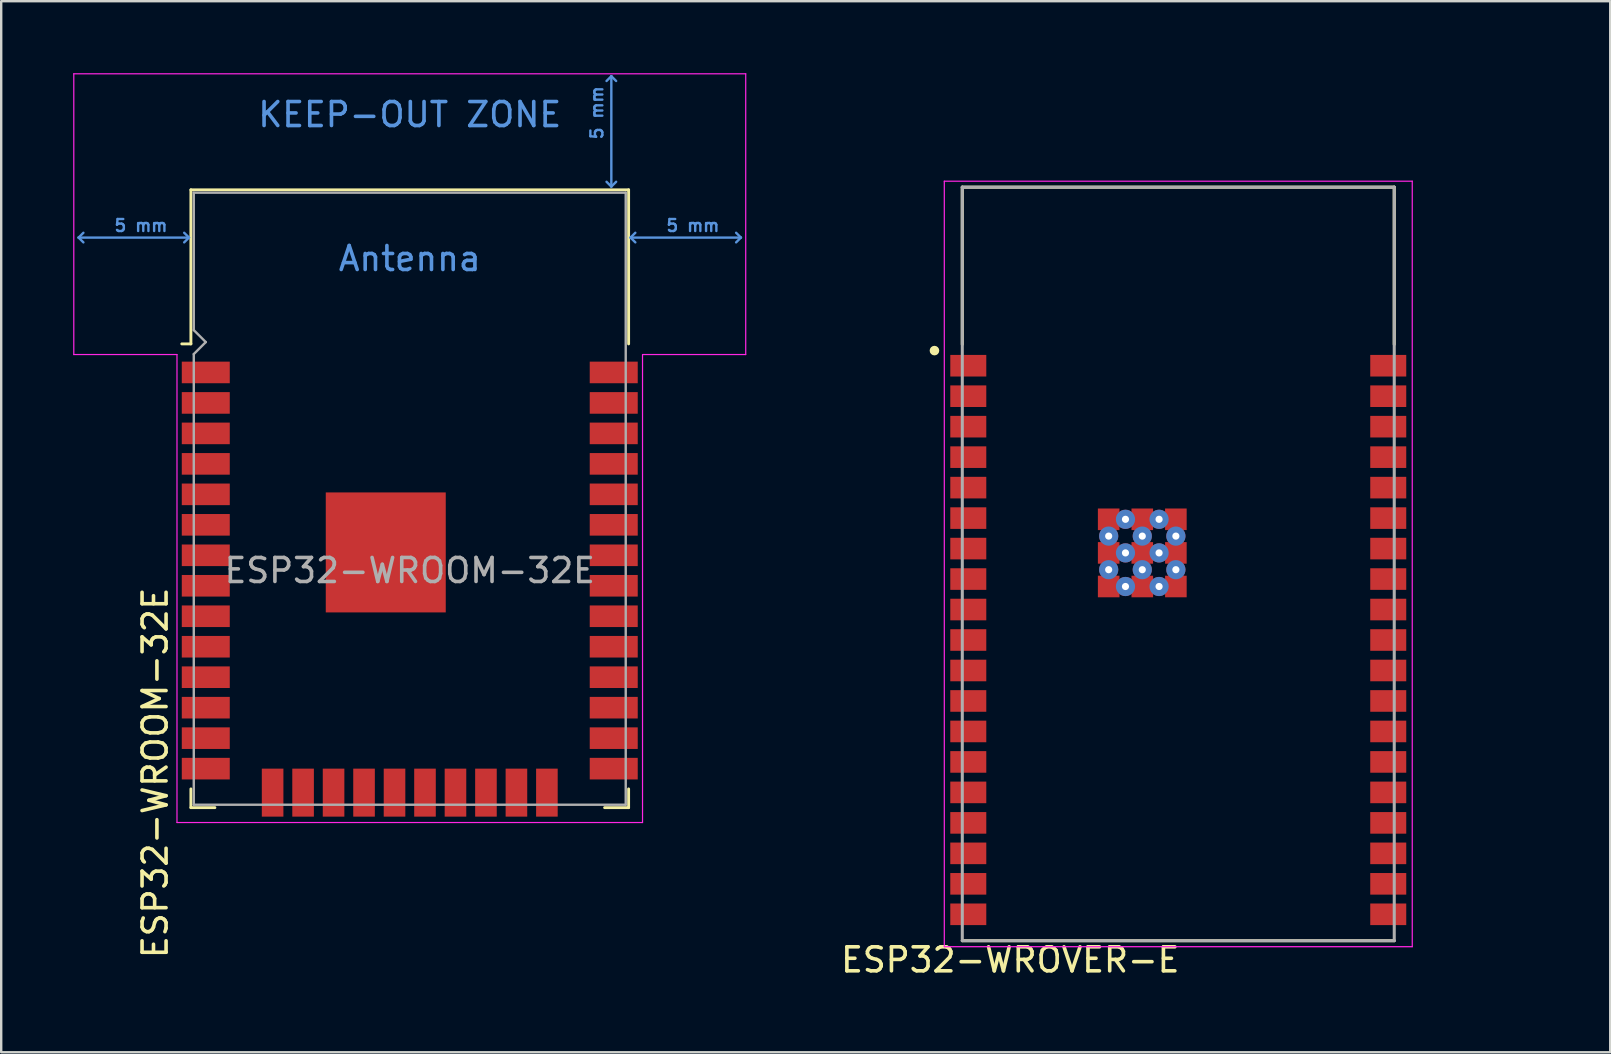
<source format=kicad_pcb>
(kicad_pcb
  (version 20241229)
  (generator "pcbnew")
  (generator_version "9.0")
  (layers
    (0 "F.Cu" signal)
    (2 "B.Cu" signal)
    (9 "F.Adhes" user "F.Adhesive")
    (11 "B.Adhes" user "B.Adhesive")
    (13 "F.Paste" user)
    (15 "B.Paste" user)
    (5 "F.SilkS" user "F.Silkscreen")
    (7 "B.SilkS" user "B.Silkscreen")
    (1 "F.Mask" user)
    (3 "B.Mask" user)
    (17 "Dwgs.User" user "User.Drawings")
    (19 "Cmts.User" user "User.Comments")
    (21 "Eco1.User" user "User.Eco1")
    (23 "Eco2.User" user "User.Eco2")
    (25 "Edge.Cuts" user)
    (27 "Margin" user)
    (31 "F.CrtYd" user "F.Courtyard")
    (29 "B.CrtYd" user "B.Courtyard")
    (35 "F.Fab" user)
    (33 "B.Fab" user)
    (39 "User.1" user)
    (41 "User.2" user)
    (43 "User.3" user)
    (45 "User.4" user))
  (footprint "ESP32-WROOM-32E"
    (layer "F.Cu")
    (at 14.025 20.725)
    (property "Reference" "ESP32-WROOM-32E" (at -10.61 8.43 90) (layer "F.SilkS") (effects (font (size 1 1) (thickness 0.15))))
    (attr smd)
    (fp_line (start -9.12 -15.865) (end -9.12 -9.445) (stroke (width 0.12) (type solid)) (layer "F.SilkS"))
    (fp_line (start -9.12 -15.865) (end 9.12 -15.865) (stroke (width 0.12) (type solid)) (layer "F.SilkS"))
    (fp_line (start -9.12 -9.445) (end -9.5 -9.445) (stroke (width 0.12) (type solid)) (layer "F.SilkS"))
    (fp_line (start -9.12 9.1) (end -9.12 9.88) (stroke (width 0.12) (type solid)) (layer "F.SilkS"))
    (fp_line (start -9.12 9.88) (end -8.12 9.88) (stroke (width 0.12) (type solid)) (layer "F.SilkS"))
    (fp_line (start 9.12 -15.865) (end 9.12 -9.445) (stroke (width 0.12) (type solid)) (layer "F.SilkS"))
    (fp_line (start 9.12 9.1) (end 9.12 9.88) (stroke (width 0.12) (type solid)) (layer "F.SilkS"))
    (fp_line (start 9.12 9.88) (end 8.12 9.88) (stroke (width 0.12) (type solid)) (layer "F.SilkS"))
    (fp_line (start -13.8 -13.875) (end -13.6 -14.075) (stroke (width 0.1) (type solid)) (layer "Cmts.User"))
    (fp_line (start -13.8 -13.875) (end -13.6 -13.675) (stroke (width 0.1) (type solid)) (layer "Cmts.User"))
    (fp_line (start -13.8 -13.875) (end -9.2 -13.875) (stroke (width 0.1) (type solid)) (layer "Cmts.User"))
    (fp_line (start -9.2 -13.875) (end -9.4 -14.075) (stroke (width 0.1) (type solid)) (layer "Cmts.User"))
    (fp_line (start -9.2 -13.875) (end -9.4 -13.675) (stroke (width 0.1) (type solid)) (layer "Cmts.User"))
    (fp_line (start 8.4 -20.6) (end 8.2 -20.4) (stroke (width 0.1) (type solid)) (layer "Cmts.User"))
    (fp_line (start 8.4 -20.6) (end 8.6 -20.4) (stroke (width 0.1) (type solid)) (layer "Cmts.User"))
    (fp_line (start 8.4 -16) (end 8.2 -16.2) (stroke (width 0.1) (type solid)) (layer "Cmts.User"))
    (fp_line (start 8.4 -16) (end 8.4 -20.6) (stroke (width 0.1) (type solid)) (layer "Cmts.User"))
    (fp_line (start 8.4 -16) (end 8.6 -16.2) (stroke (width 0.1) (type solid)) (layer "Cmts.User"))
    (fp_line (start 9.2 -13.875) (end 9.4 -14.075) (stroke (width 0.1) (type solid)) (layer "Cmts.User"))
    (fp_line (start 9.2 -13.875) (end 9.4 -13.675) (stroke (width 0.1) (type solid)) (layer "Cmts.User"))
    (fp_line (start 9.2 -13.875) (end 13.8 -13.875) (stroke (width 0.1) (type solid)) (layer "Cmts.User"))
    (fp_line (start 13.8 -13.875) (end 13.6 -14.075) (stroke (width 0.1) (type solid)) (layer "Cmts.User"))
    (fp_line (start 13.8 -13.875) (end 13.6 -13.675) (stroke (width 0.1) (type solid)) (layer "Cmts.User"))
    (fp_line (start -14 -20.7) (end -14 -9) (stroke (width 0.05) (type solid)) (layer "F.CrtYd"))
    (fp_line (start -14 -20.7) (end 14 -20.7) (stroke (width 0.05) (type solid)) (layer "F.CrtYd"))
    (fp_line (start -14 -9) (end -9.7 -9) (stroke (width 0.05) (type solid)) (layer "F.CrtYd"))
    (fp_line (start -9.7 10.5) (end -9.7 -9) (stroke (width 0.05) (type solid)) (layer "F.CrtYd"))
    (fp_line (start -9.7 10.5) (end 9.7 10.5) (stroke (width 0.05) (type solid)) (layer "F.CrtYd"))
    (fp_line (start 9.7 -9) (end 9.7 10.5) (stroke (width 0.05) (type solid)) (layer "F.CrtYd"))
    (fp_line (start 9.7 -9) (end 14 -9) (stroke (width 0.05) (type solid)) (layer "F.CrtYd"))
    (fp_line (start 14 -20.7) (end 14 -9) (stroke (width 0.05) (type solid)) (layer "F.CrtYd"))
    (fp_line (start -9 -15.745) (end -9 -10.02) (stroke (width 0.1) (type solid)) (layer "F.Fab"))
    (fp_line (start -9 -15.745) (end 9 -15.745) (stroke (width 0.1) (type solid)) (layer "F.Fab"))
    (fp_line (start -9 -9.02) (end -9 9.76) (stroke (width 0.1) (type solid)) (layer "F.Fab"))
    (fp_line (start -9 -9.02) (end -8.5 -9.52) (stroke (width 0.1) (type solid)) (layer "F.Fab"))
    (fp_line (start -9 9.76) (end 9 9.76) (stroke (width 0.1) (type solid)) (layer "F.Fab"))
    (fp_line (start -8.5 -9.52) (end -9 -10.02) (stroke (width 0.1) (type solid)) (layer "F.Fab"))
    (fp_line (start 9 9.76) (end 9 -15.745) (stroke (width 0.1) (type solid)) (layer "F.Fab"))
    (fp_text user "KEEP-OUT ZONE" (at 0 -19 0) (layer "Cmts.User") (effects (font (size 1 1) (thickness 0.15))))
    (fp_text user "5 mm" (at -11.2 -14.375 0) (layer "Cmts.User") (effects (font (size 0.5 0.5) (thickness 0.1))))
    (fp_text user "Antenna" (at 0 -13 0) (layer "Cmts.User") (effects (font (size 1 1) (thickness 0.15))))
    (fp_text user "5 mm" (at 11.8 -14.375 0) (layer "Cmts.User") (effects (font (size 0.5 0.5) (thickness 0.1))))
    (fp_text user "5 mm" (at 7.8 -19.075 90) (layer "Cmts.User") (effects (font (size 0.5 0.5) (thickness 0.1))))
    (fp_text user "${REFERENCE}" (at 0 0 0) (layer "F.Fab") (effects (font (size 1 1) (thickness 0.15))))
    (pad "1" smd rect (at -8.5 -8.255) (size 2 0.9) (layers "F.Cu" "F.Mask" "F.Paste"))
    (pad "2" smd rect (at -8.5 -6.985) (size 2 0.9) (layers "F.Cu" "F.Mask" "F.Paste"))
    (pad "3" smd rect (at -8.5 -5.715) (size 2 0.9) (layers "F.Cu" "F.Mask" "F.Paste"))
    (pad "4" smd rect (at -8.5 -4.445) (size 2 0.9) (layers "F.Cu" "F.Mask" "F.Paste"))
    (pad "5" smd rect (at -8.5 -3.175) (size 2 0.9) (layers "F.Cu" "F.Mask" "F.Paste"))
    (pad "6" smd rect (at -8.5 -1.905) (size 2 0.9) (layers "F.Cu" "F.Mask" "F.Paste"))
    (pad "7" smd rect (at -8.5 -0.635) (size 2 0.9) (layers "F.Cu" "F.Mask" "F.Paste"))
    (pad "8" smd rect (at -8.5 0.635) (size 2 0.9) (layers "F.Cu" "F.Mask" "F.Paste"))
    (pad "9" smd rect (at -8.5 1.905) (size 2 0.9) (layers "F.Cu" "F.Mask" "F.Paste"))
    (pad "10" smd rect (at -8.5 3.175) (size 2 0.9) (layers "F.Cu" "F.Mask" "F.Paste"))
    (pad "11" smd rect (at -8.5 4.445) (size 2 0.9) (layers "F.Cu" "F.Mask" "F.Paste"))
    (pad "12" smd rect (at -8.5 5.715) (size 2 0.9) (layers "F.Cu" "F.Mask" "F.Paste"))
    (pad "13" smd rect (at -8.5 6.985) (size 2 0.9) (layers "F.Cu" "F.Mask" "F.Paste"))
    (pad "14" smd rect (at -8.5 8.255) (size 2 0.9) (layers "F.Cu" "F.Mask" "F.Paste"))
    (pad "15" smd rect (at -5.715 9.255 90) (size 2 0.9) (layers "F.Cu" "F.Mask" "F.Paste"))
    (pad "16" smd rect (at -4.445 9.255 90) (size 2 0.9) (layers "F.Cu" "F.Mask" "F.Paste"))
    (pad "17" smd rect (at -3.175 9.255 90) (size 2 0.9) (layers "F.Cu" "F.Mask" "F.Paste"))
    (pad "18" smd rect (at -1.905 9.255 90) (size 2 0.9) (layers "F.Cu" "F.Mask" "F.Paste"))
    (pad "19" smd rect (at -0.635 9.255 90) (size 2 0.9) (layers "F.Cu" "F.Mask" "F.Paste"))
    (pad "20" smd rect (at 0.635 9.255 90) (size 2 0.9) (layers "F.Cu" "F.Mask" "F.Paste"))
    (pad "21" smd rect (at 1.905 9.255 90) (size 2 0.9) (layers "F.Cu" "F.Mask" "F.Paste"))
    (pad "22" smd rect (at 3.175 9.255 90) (size 2 0.9) (layers "F.Cu" "F.Mask" "F.Paste"))
    (pad "23" smd rect (at 4.445 9.255 90) (size 2 0.9) (layers "F.Cu" "F.Mask" "F.Paste"))
    (pad "24" smd rect (at 5.715 9.255 90) (size 2 0.9) (layers "F.Cu" "F.Mask" "F.Paste"))
    (pad "25" smd rect (at 8.5 8.255) (size 2 0.9) (layers "F.Cu" "F.Mask" "F.Paste"))
    (pad "26" smd rect (at 8.5 6.985) (size 2 0.9) (layers "F.Cu" "F.Mask" "F.Paste"))
    (pad "27" smd rect (at 8.5 5.715) (size 2 0.9) (layers "F.Cu" "F.Mask" "F.Paste"))
    (pad "28" smd rect (at 8.5 4.445) (size 2 0.9) (layers "F.Cu" "F.Mask" "F.Paste"))
    (pad "29" smd rect (at 8.5 3.175) (size 2 0.9) (layers "F.Cu" "F.Mask" "F.Paste"))
    (pad "30" smd rect (at 8.5 1.905) (size 2 0.9) (layers "F.Cu" "F.Mask" "F.Paste"))
    (pad "31" smd rect (at 8.5 0.635) (size 2 0.9) (layers "F.Cu" "F.Mask" "F.Paste"))
    (pad "32" smd rect (at 8.5 -0.635) (size 2 0.9) (layers "F.Cu" "F.Mask" "F.Paste"))
    (pad "33" smd rect (at 8.5 -1.905) (size 2 0.9) (layers "F.Cu" "F.Mask" "F.Paste"))
    (pad "34" smd rect (at 8.5 -3.175) (size 2 0.9) (layers "F.Cu" "F.Mask" "F.Paste"))
    (pad "35" smd rect (at 8.5 -4.445) (size 2 0.9) (layers "F.Cu" "F.Mask" "F.Paste"))
    (pad "36" smd rect (at 8.5 -5.715) (size 2 0.9) (layers "F.Cu" "F.Mask" "F.Paste"))
    (pad "37" smd rect (at 8.5 -6.985) (size 2 0.9) (layers "F.Cu" "F.Mask" "F.Paste"))
    (pad "38" smd rect (at 8.5 -8.255) (size 2 0.9) (layers "F.Cu" "F.Mask" "F.Paste"))
    (pad "39" smd rect (at -1 -0.755) (size 5 5) (layers "F.Cu" "F.Mask" "F.Paste"))
    (zone (net_name "") (layers "F.Cu" "B.Cu") (hatch full 0.508) (connect_pads) (min_thickness 0.254) (filled_areas_thickness no) (keepout (tracks not_allowed) (vias not_allowed) (pads not_allowed) (copperpour not_allowed) (footprints not_allowed)) (placement (enabled no)) (fill) (polygon (pts (xy 0.025 11.725) (xy 28.025 11.725) (xy 28.025 0.025) (xy 0.025 0.025)))))
  (footprint "ESP32-WROVER-E"
    (layer "F.Cu")
    (at 46.05 20.45)
    (property "Reference" "ESP32-WROVER-E" (at -7 16.5 0) (layer "F.SilkS") (effects (font (size 1 1) (thickness 0.15))))
    (attr through_hole)
    (fp_line (start -9 -15.7) (end -9 -9.15) (stroke (width 0.127) (type solid)) (layer "F.SilkS"))
    (fp_line (start -9 15.7) (end 9 15.7) (stroke (width 0.127) (type solid)) (layer "F.SilkS"))
    (fp_line (start 9 -15.7) (end -9 -15.7) (stroke (width 0.127) (type solid)) (layer "F.SilkS"))
    (fp_line (start 9 -9.15) (end 9 -15.7) (stroke (width 0.127) (type solid)) (layer "F.SilkS"))
    (fp_circle (center -10.16 -8.89) (end -10.06 -8.89) (stroke (width 0.2) (type solid)) (fill no) (layer "F.SilkS"))
    (fp_line (start -9.75 -15.95) (end -9.75 15.95) (stroke (width 0.05) (type solid)) (layer "F.CrtYd"))
    (fp_line (start -9.75 15.95) (end 9.75 15.95) (stroke (width 0.05) (type solid)) (layer "F.CrtYd"))
    (fp_line (start 9.75 -15.95) (end -9.75 -15.95) (stroke (width 0.05) (type solid)) (layer "F.CrtYd"))
    (fp_line (start 9.75 15.95) (end 9.75 -15.95) (stroke (width 0.05) (type solid)) (layer "F.CrtYd"))
    (fp_line (start -9 -15.7) (end -9 15.7) (stroke (width 0.127) (type solid)) (layer "F.Fab"))
    (fp_line (start -9 15.7) (end 9 15.7) (stroke (width 0.127) (type solid)) (layer "F.Fab"))
    (fp_line (start 9 -15.7) (end -9 -15.7) (stroke (width 0.127) (type solid)) (layer "F.Fab"))
    (fp_line (start 9 15.7) (end 9 -15.7) (stroke (width 0.127) (type solid)) (layer "F.Fab"))
    (pad "1" smd rect (at -8.75 -8.26) (size 1.5 0.9) (layers "F.Cu" "F.Mask" "F.Paste"))
    (pad "2" smd rect (at -8.75 -6.99) (size 1.5 0.9) (layers "F.Cu" "F.Mask" "F.Paste"))
    (pad "3" smd rect (at -8.75 -5.72) (size 1.5 0.9) (layers "F.Cu" "F.Mask" "F.Paste"))
    (pad "4" smd rect (at -8.75 -4.45) (size 1.5 0.9) (layers "F.Cu" "F.Mask" "F.Paste"))
    (pad "5" smd rect (at -8.75 -3.18) (size 1.5 0.9) (layers "F.Cu" "F.Mask" "F.Paste"))
    (pad "6" smd rect (at -8.75 -1.91) (size 1.5 0.9) (layers "F.Cu" "F.Mask" "F.Paste"))
    (pad "7" smd rect (at -8.75 -0.64) (size 1.5 0.9) (layers "F.Cu" "F.Mask" "F.Paste"))
    (pad "8" smd rect (at -8.75 0.63) (size 1.5 0.9) (layers "F.Cu" "F.Mask" "F.Paste"))
    (pad "9" smd rect (at -8.75 1.9) (size 1.5 0.9) (layers "F.Cu" "F.Mask" "F.Paste"))
    (pad "10" smd rect (at -8.75 3.17) (size 1.5 0.9) (layers "F.Cu" "F.Mask" "F.Paste"))
    (pad "11" smd rect (at -8.75 4.44) (size 1.5 0.9) (layers "F.Cu" "F.Mask" "F.Paste"))
    (pad "12" smd rect (at -8.75 5.71) (size 1.5 0.9) (layers "F.Cu" "F.Mask" "F.Paste"))
    (pad "13" smd rect (at -8.75 6.98) (size 1.5 0.9) (layers "F.Cu" "F.Mask" "F.Paste"))
    (pad "14" smd rect (at -8.75 8.25) (size 1.5 0.9) (layers "F.Cu" "F.Mask" "F.Paste"))
    (pad "15" smd rect (at -8.75 9.52) (size 1.5 0.9) (layers "F.Cu" "F.Mask" "F.Paste"))
    (pad "16" smd rect (at -8.75 10.79) (size 1.5 0.9) (layers "F.Cu" "F.Mask" "F.Paste"))
    (pad "17" smd rect (at -8.75 12.06) (size 1.5 0.9) (layers "F.Cu" "F.Mask" "F.Paste"))
    (pad "18" smd rect (at -8.75 13.33) (size 1.5 0.9) (layers "F.Cu" "F.Mask" "F.Paste"))
    (pad "19" smd rect (at -8.75 14.6) (size 1.5 0.9) (layers "F.Cu" "F.Mask" "F.Paste"))
    (pad "20" smd rect (at 8.75 14.6) (size 1.5 0.9) (layers "F.Cu" "F.Mask" "F.Paste"))
    (pad "21" smd rect (at 8.75 13.33) (size 1.5 0.9) (layers "F.Cu" "F.Mask" "F.Paste"))
    (pad "22" smd rect (at 8.75 12.06) (size 1.5 0.9) (layers "F.Cu" "F.Mask" "F.Paste"))
    (pad "23" smd rect (at 8.75 10.79) (size 1.5 0.9) (layers "F.Cu" "F.Mask" "F.Paste"))
    (pad "24" smd rect (at 8.75 9.52) (size 1.5 0.9) (layers "F.Cu" "F.Mask" "F.Paste"))
    (pad "25" smd rect (at 8.75 8.25) (size 1.5 0.9) (layers "F.Cu" "F.Mask" "F.Paste"))
    (pad "26" smd rect (at 8.75 6.98) (size 1.5 0.9) (layers "F.Cu" "F.Mask" "F.Paste"))
    (pad "27" smd rect (at 8.75 5.71) (size 1.5 0.9) (layers "F.Cu" "F.Mask" "F.Paste"))
    (pad "28" smd rect (at 8.75 4.44) (size 1.5 0.9) (layers "F.Cu" "F.Mask" "F.Paste"))
    (pad "29" smd rect (at 8.75 3.17) (size 1.5 0.9) (layers "F.Cu" "F.Mask" "F.Paste"))
    (pad "30" smd rect (at 8.75 1.9) (size 1.5 0.9) (layers "F.Cu" "F.Mask" "F.Paste"))
    (pad "31" smd rect (at 8.75 0.63) (size 1.5 0.9) (layers "F.Cu" "F.Mask" "F.Paste"))
    (pad "32" smd rect (at 8.75 -0.64) (size 1.5 0.9) (layers "F.Cu" "F.Mask" "F.Paste"))
    (pad "33" smd rect (at 8.75 -1.91) (size 1.5 0.9) (layers "F.Cu" "F.Mask" "F.Paste"))
    (pad "34" smd rect (at 8.75 -3.18) (size 1.5 0.9) (layers "F.Cu" "F.Mask" "F.Paste"))
    (pad "35" smd rect (at 8.75 -4.45) (size 1.5 0.9) (layers "F.Cu" "F.Mask" "F.Paste"))
    (pad "36" smd rect (at 8.75 -5.72) (size 1.5 0.9) (layers "F.Cu" "F.Mask" "F.Paste"))
    (pad "37" smd rect (at 8.75 -6.99) (size 1.5 0.9) (layers "F.Cu" "F.Mask" "F.Paste"))
    (pad "38" smd rect (at 8.75 -8.26) (size 1.5 0.9) (layers "F.Cu" "F.Mask" "F.Paste"))
    (pad "39" smd rect (at -2.9 -1.86) (size 0.9 0.9) (layers "F.Cu" "F.Mask" "F.Paste"))
    (pad "39" thru_hole circle (at -2.9 -1.16) (size 0.8 0.8) (drill 0.3) (layers "*.Cu"))
    (pad "39" smd rect (at -2.9 -0.46) (size 0.9 0.9) (layers "F.Cu" "F.Mask" "F.Paste"))
    (pad "39" thru_hole circle (at -2.9 0.24) (size 0.8 0.8) (drill 0.3) (layers "*.Cu"))
    (pad "39" smd rect (at -2.9 0.94) (size 0.9 0.9) (layers "F.Cu" "F.Mask" "F.Paste"))
    (pad "39" thru_hole circle (at -2.2 -1.86) (size 0.8 0.8) (drill 0.3) (layers "*.Cu"))
    (pad "39" thru_hole circle (at -2.2 -0.46) (size 0.8 0.8) (drill 0.3) (layers "*.Cu"))
    (pad "39" thru_hole circle (at -2.2 0.94) (size 0.8 0.8) (drill 0.3) (layers "*.Cu"))
    (pad "39" smd rect (at -1.5 -1.86) (size 0.9 0.9) (layers "F.Cu" "F.Mask" "F.Paste"))
    (pad "39" thru_hole circle (at -1.5 -1.16) (size 0.8 0.8) (drill 0.3) (layers "*.Cu"))
    (pad "39" smd rect (at -1.5 -0.46) (size 0.9 0.9) (layers "F.Cu" "F.Mask" "F.Paste"))
    (pad "39" thru_hole circle (at -1.5 0.24) (size 0.8 0.8) (drill 0.3) (layers "*.Cu"))
    (pad "39" smd rect (at -1.5 0.94) (size 0.9 0.9) (layers "F.Cu" "F.Mask" "F.Paste"))
    (pad "39" thru_hole circle (at -0.8 -1.86) (size 0.8 0.8) (drill 0.3) (layers "*.Cu"))
    (pad "39" thru_hole circle (at -0.8 -0.46) (size 0.8 0.8) (drill 0.3) (layers "*.Cu"))
    (pad "39" thru_hole circle (at -0.8 0.94) (size 0.8 0.8) (drill 0.3) (layers "*.Cu"))
    (pad "39" smd rect (at -0.1 -1.86) (size 0.9 0.9) (layers "F.Cu" "F.Mask" "F.Paste"))
    (pad "39" thru_hole circle (at -0.1 -1.16) (size 0.8 0.8) (drill 0.3) (layers "*.Cu"))
    (pad "39" smd rect (at -0.1 -0.46) (size 0.9 0.9) (layers "F.Cu" "F.Mask" "F.Paste"))
    (pad "39" thru_hole circle (at -0.1 0.24) (size 0.8 0.8) (drill 0.3) (layers "*.Cu"))
    (pad "39" smd rect (at -0.1 0.94) (size 0.9 0.9) (layers "F.Cu" "F.Mask" "F.Paste"))
    (zone (net_name "") (layer "F.Cu") (hatch full 0.508) (connect_pads) (min_thickness 0.01) (filled_areas_thickness no) (keepout (tracks not_allowed) (vias not_allowed) (pads not_allowed) (copperpour not_allowed) (footprints allowed)) (placement (enabled no)) (fill) (polygon (pts (xy 37.05 4.75) (xy 55.05 4.75) (xy 55.05 10.97) (xy 37.05 10.97))))
    (zone (net_name "") (layers "F.Cu" "B.Cu") (hatch full 0.508) (connect_pads) (min_thickness 0.01) (filled_areas_thickness no) (keepout (tracks not_allowed) (vias not_allowed) (pads not_allowed) (copperpour not_allowed) (footprints not_allowed)) (placement (enabled no)) (fill) (polygon (pts (xy 31.05 0) (xy 61.05 0) (xy 61.05 10.97) (xy 31.05 10.97)))))
  (gr_rect
    (start -3 -3)
    (end 64.05 40.798)
    (stroke (width 0.1) (type default))
    (fill no)
    (layer "Edge.Cuts")))
</source>
